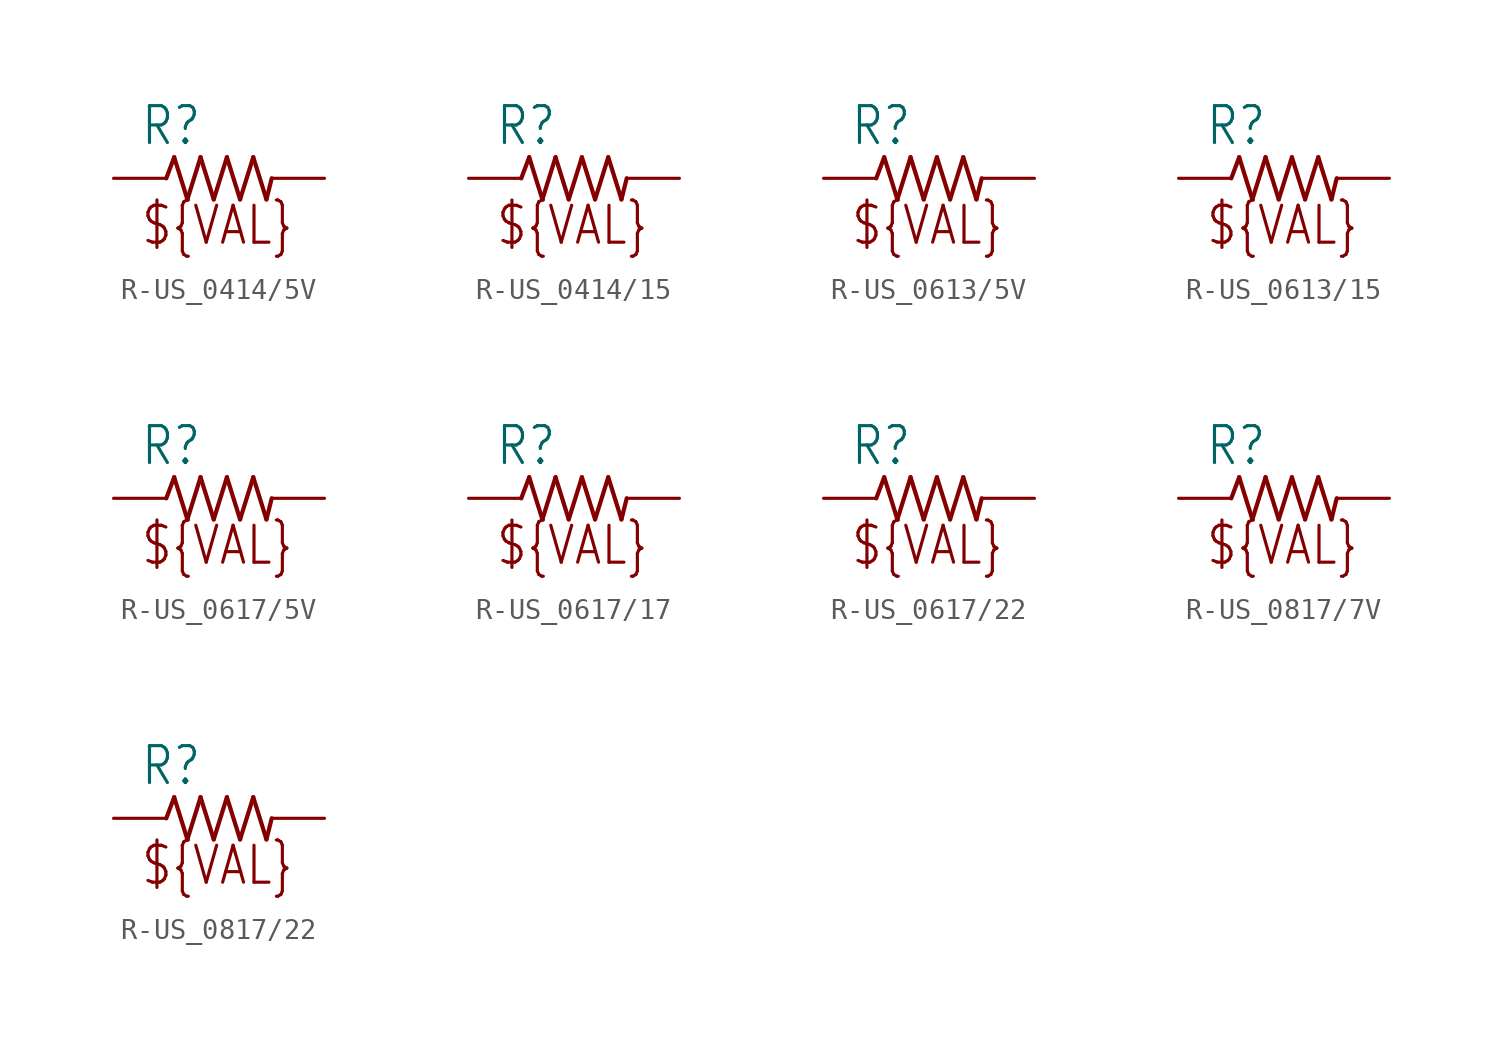
<source format=kicad_sym>
(kicad_symbol_lib
  (version 20231120)
  (generator "kicad_symbol_editor")
  (generator_version "8.0")
  (symbol "R-US_0414/5V"
    (property "Reference" "R"
      (at -3.81 1.499 0)
      (effects (font (size 1.778 1.511)) (justify left bottom)))
    (property "ki_locked" ""
      (at 0 0 0)
      (effects (font (size 1.27 1.27))))
    (symbol "R-US_0414/5V_1_0"
      (polyline (pts (xy -2.54 0) (xy -2.159 1.016)) (stroke (width 0.203) (type solid)) (fill (type none)))
      (polyline (pts (xy -2.159 1.016) (xy -1.524 -1.016)) (stroke (width 0.203) (type solid)) (fill (type none)))
      (polyline (pts (xy -1.524 -1.016) (xy -0.889 1.016)) (stroke (width 0.203) (type solid)) (fill (type none)))
      (polyline (pts (xy -0.889 1.016) (xy -0.254 -1.016)) (stroke (width 0.203) (type solid)) (fill (type none)))
      (polyline (pts (xy -0.254 -1.016) (xy 0.381 1.016)) (stroke (width 0.203) (type solid)) (fill (type none)))
      (polyline (pts (xy 0.381 1.016) (xy 1.016 -1.016)) (stroke (width 0.203) (type solid)) (fill (type none)))
      (polyline (pts (xy 1.016 -1.016) (xy 1.651 1.016)) (stroke (width 0.203) (type solid)) (fill (type none)))
      (polyline (pts (xy 1.651 1.016) (xy 2.286 -1.016)) (stroke (width 0.203) (type solid)) (fill (type none)))
      (polyline (pts (xy 2.286 -1.016) (xy 2.54 0)) (stroke (width 0.203) (type solid)) (fill (type none)))
      (text "${VAL}" (at -3.81 -3.302 0) (effects (font (size 1.778 1.511)) (justify left bottom)))
      (pin passive line (at -5.08 0 0) (length 2.54) (name "1" (effects (font (size 0 0)))) (number "1" (effects (font (size 0 0)))))
      (pin passive line (at 5.08 0 180) (length 2.54) (name "2" (effects (font (size 0 0)))) (number "2" (effects (font (size 0 0)))))))
  (symbol "R-US_0414/15"
    (property "Reference" "R"
      (at -3.81 1.499 0)
      (effects (font (size 1.778 1.511)) (justify left bottom)))
    (property "ki_locked" ""
      (at 0 0 0)
      (effects (font (size 1.27 1.27))))
    (symbol "R-US_0414/15_1_0"
      (polyline (pts (xy -2.54 0) (xy -2.159 1.016)) (stroke (width 0.203) (type solid)) (fill (type none)))
      (polyline (pts (xy -2.159 1.016) (xy -1.524 -1.016)) (stroke (width 0.203) (type solid)) (fill (type none)))
      (polyline (pts (xy -1.524 -1.016) (xy -0.889 1.016)) (stroke (width 0.203) (type solid)) (fill (type none)))
      (polyline (pts (xy -0.889 1.016) (xy -0.254 -1.016)) (stroke (width 0.203) (type solid)) (fill (type none)))
      (polyline (pts (xy -0.254 -1.016) (xy 0.381 1.016)) (stroke (width 0.203) (type solid)) (fill (type none)))
      (polyline (pts (xy 0.381 1.016) (xy 1.016 -1.016)) (stroke (width 0.203) (type solid)) (fill (type none)))
      (polyline (pts (xy 1.016 -1.016) (xy 1.651 1.016)) (stroke (width 0.203) (type solid)) (fill (type none)))
      (polyline (pts (xy 1.651 1.016) (xy 2.286 -1.016)) (stroke (width 0.203) (type solid)) (fill (type none)))
      (polyline (pts (xy 2.286 -1.016) (xy 2.54 0)) (stroke (width 0.203) (type solid)) (fill (type none)))
      (text "${VAL}" (at -3.81 -3.302 0) (effects (font (size 1.778 1.511)) (justify left bottom)))
      (pin passive line (at -5.08 0 0) (length 2.54) (name "1" (effects (font (size 0 0)))) (number "1" (effects (font (size 0 0)))))
      (pin passive line (at 5.08 0 180) (length 2.54) (name "2" (effects (font (size 0 0)))) (number "2" (effects (font (size 0 0)))))))
  (symbol "R-US_0613/5V"
    (property "Reference" "R"
      (at -3.81 1.499 0)
      (effects (font (size 1.778 1.511)) (justify left bottom)))
    (property "ki_locked" ""
      (at 0 0 0)
      (effects (font (size 1.27 1.27))))
    (symbol "R-US_0613/5V_1_0"
      (polyline (pts (xy -2.54 0) (xy -2.159 1.016)) (stroke (width 0.203) (type solid)) (fill (type none)))
      (polyline (pts (xy -2.159 1.016) (xy -1.524 -1.016)) (stroke (width 0.203) (type solid)) (fill (type none)))
      (polyline (pts (xy -1.524 -1.016) (xy -0.889 1.016)) (stroke (width 0.203) (type solid)) (fill (type none)))
      (polyline (pts (xy -0.889 1.016) (xy -0.254 -1.016)) (stroke (width 0.203) (type solid)) (fill (type none)))
      (polyline (pts (xy -0.254 -1.016) (xy 0.381 1.016)) (stroke (width 0.203) (type solid)) (fill (type none)))
      (polyline (pts (xy 0.381 1.016) (xy 1.016 -1.016)) (stroke (width 0.203) (type solid)) (fill (type none)))
      (polyline (pts (xy 1.016 -1.016) (xy 1.651 1.016)) (stroke (width 0.203) (type solid)) (fill (type none)))
      (polyline (pts (xy 1.651 1.016) (xy 2.286 -1.016)) (stroke (width 0.203) (type solid)) (fill (type none)))
      (polyline (pts (xy 2.286 -1.016) (xy 2.54 0)) (stroke (width 0.203) (type solid)) (fill (type none)))
      (text "${VAL}" (at -3.81 -3.302 0) (effects (font (size 1.778 1.511)) (justify left bottom)))
      (pin passive line (at -5.08 0 0) (length 2.54) (name "1" (effects (font (size 0 0)))) (number "1" (effects (font (size 0 0)))))
      (pin passive line (at 5.08 0 180) (length 2.54) (name "2" (effects (font (size 0 0)))) (number "2" (effects (font (size 0 0)))))))
  (symbol "R-US_0613/15"
    (property "Reference" "R"
      (at -3.81 1.499 0)
      (effects (font (size 1.778 1.511)) (justify left bottom)))
    (property "ki_locked" ""
      (at 0 0 0)
      (effects (font (size 1.27 1.27))))
    (symbol "R-US_0613/15_1_0"
      (polyline (pts (xy -2.54 0) (xy -2.159 1.016)) (stroke (width 0.203) (type solid)) (fill (type none)))
      (polyline (pts (xy -2.159 1.016) (xy -1.524 -1.016)) (stroke (width 0.203) (type solid)) (fill (type none)))
      (polyline (pts (xy -1.524 -1.016) (xy -0.889 1.016)) (stroke (width 0.203) (type solid)) (fill (type none)))
      (polyline (pts (xy -0.889 1.016) (xy -0.254 -1.016)) (stroke (width 0.203) (type solid)) (fill (type none)))
      (polyline (pts (xy -0.254 -1.016) (xy 0.381 1.016)) (stroke (width 0.203) (type solid)) (fill (type none)))
      (polyline (pts (xy 0.381 1.016) (xy 1.016 -1.016)) (stroke (width 0.203) (type solid)) (fill (type none)))
      (polyline (pts (xy 1.016 -1.016) (xy 1.651 1.016)) (stroke (width 0.203) (type solid)) (fill (type none)))
      (polyline (pts (xy 1.651 1.016) (xy 2.286 -1.016)) (stroke (width 0.203) (type solid)) (fill (type none)))
      (polyline (pts (xy 2.286 -1.016) (xy 2.54 0)) (stroke (width 0.203) (type solid)) (fill (type none)))
      (text "${VAL}" (at -3.81 -3.302 0) (effects (font (size 1.778 1.511)) (justify left bottom)))
      (pin passive line (at -5.08 0 0) (length 2.54) (name "1" (effects (font (size 0 0)))) (number "1" (effects (font (size 0 0)))))
      (pin passive line (at 5.08 0 180) (length 2.54) (name "2" (effects (font (size 0 0)))) (number "2" (effects (font (size 0 0)))))))
  (symbol "R-US_0617/5V"
    (property "Reference" "R"
      (at -3.81 1.499 0)
      (effects (font (size 1.778 1.511)) (justify left bottom)))
    (property "ki_locked" ""
      (at 0 0 0)
      (effects (font (size 1.27 1.27))))
    (symbol "R-US_0617/5V_1_0"
      (polyline (pts (xy -2.54 0) (xy -2.159 1.016)) (stroke (width 0.203) (type solid)) (fill (type none)))
      (polyline (pts (xy -2.159 1.016) (xy -1.524 -1.016)) (stroke (width 0.203) (type solid)) (fill (type none)))
      (polyline (pts (xy -1.524 -1.016) (xy -0.889 1.016)) (stroke (width 0.203) (type solid)) (fill (type none)))
      (polyline (pts (xy -0.889 1.016) (xy -0.254 -1.016)) (stroke (width 0.203) (type solid)) (fill (type none)))
      (polyline (pts (xy -0.254 -1.016) (xy 0.381 1.016)) (stroke (width 0.203) (type solid)) (fill (type none)))
      (polyline (pts (xy 0.381 1.016) (xy 1.016 -1.016)) (stroke (width 0.203) (type solid)) (fill (type none)))
      (polyline (pts (xy 1.016 -1.016) (xy 1.651 1.016)) (stroke (width 0.203) (type solid)) (fill (type none)))
      (polyline (pts (xy 1.651 1.016) (xy 2.286 -1.016)) (stroke (width 0.203) (type solid)) (fill (type none)))
      (polyline (pts (xy 2.286 -1.016) (xy 2.54 0)) (stroke (width 0.203) (type solid)) (fill (type none)))
      (text "${VAL}" (at -3.81 -3.302 0) (effects (font (size 1.778 1.511)) (justify left bottom)))
      (pin passive line (at -5.08 0 0) (length 2.54) (name "1" (effects (font (size 0 0)))) (number "1" (effects (font (size 0 0)))))
      (pin passive line (at 5.08 0 180) (length 2.54) (name "2" (effects (font (size 0 0)))) (number "2" (effects (font (size 0 0)))))))
  (symbol "R-US_0617/17"
    (property "Reference" "R"
      (at -3.81 1.499 0)
      (effects (font (size 1.778 1.511)) (justify left bottom)))
    (property "ki_locked" ""
      (at 0 0 0)
      (effects (font (size 1.27 1.27))))
    (symbol "R-US_0617/17_1_0"
      (polyline (pts (xy -2.54 0) (xy -2.159 1.016)) (stroke (width 0.203) (type solid)) (fill (type none)))
      (polyline (pts (xy -2.159 1.016) (xy -1.524 -1.016)) (stroke (width 0.203) (type solid)) (fill (type none)))
      (polyline (pts (xy -1.524 -1.016) (xy -0.889 1.016)) (stroke (width 0.203) (type solid)) (fill (type none)))
      (polyline (pts (xy -0.889 1.016) (xy -0.254 -1.016)) (stroke (width 0.203) (type solid)) (fill (type none)))
      (polyline (pts (xy -0.254 -1.016) (xy 0.381 1.016)) (stroke (width 0.203) (type solid)) (fill (type none)))
      (polyline (pts (xy 0.381 1.016) (xy 1.016 -1.016)) (stroke (width 0.203) (type solid)) (fill (type none)))
      (polyline (pts (xy 1.016 -1.016) (xy 1.651 1.016)) (stroke (width 0.203) (type solid)) (fill (type none)))
      (polyline (pts (xy 1.651 1.016) (xy 2.286 -1.016)) (stroke (width 0.203) (type solid)) (fill (type none)))
      (polyline (pts (xy 2.286 -1.016) (xy 2.54 0)) (stroke (width 0.203) (type solid)) (fill (type none)))
      (text "${VAL}" (at -3.81 -3.302 0) (effects (font (size 1.778 1.511)) (justify left bottom)))
      (pin passive line (at -5.08 0 0) (length 2.54) (name "1" (effects (font (size 0 0)))) (number "1" (effects (font (size 0 0)))))
      (pin passive line (at 5.08 0 180) (length 2.54) (name "2" (effects (font (size 0 0)))) (number "2" (effects (font (size 0 0)))))))
  (symbol "R-US_0617/22"
    (property "Reference" "R"
      (at -3.81 1.499 0)
      (effects (font (size 1.778 1.511)) (justify left bottom)))
    (property "ki_locked" ""
      (at 0 0 0)
      (effects (font (size 1.27 1.27))))
    (symbol "R-US_0617/22_1_0"
      (polyline (pts (xy -2.54 0) (xy -2.159 1.016)) (stroke (width 0.203) (type solid)) (fill (type none)))
      (polyline (pts (xy -2.159 1.016) (xy -1.524 -1.016)) (stroke (width 0.203) (type solid)) (fill (type none)))
      (polyline (pts (xy -1.524 -1.016) (xy -0.889 1.016)) (stroke (width 0.203) (type solid)) (fill (type none)))
      (polyline (pts (xy -0.889 1.016) (xy -0.254 -1.016)) (stroke (width 0.203) (type solid)) (fill (type none)))
      (polyline (pts (xy -0.254 -1.016) (xy 0.381 1.016)) (stroke (width 0.203) (type solid)) (fill (type none)))
      (polyline (pts (xy 0.381 1.016) (xy 1.016 -1.016)) (stroke (width 0.203) (type solid)) (fill (type none)))
      (polyline (pts (xy 1.016 -1.016) (xy 1.651 1.016)) (stroke (width 0.203) (type solid)) (fill (type none)))
      (polyline (pts (xy 1.651 1.016) (xy 2.286 -1.016)) (stroke (width 0.203) (type solid)) (fill (type none)))
      (polyline (pts (xy 2.286 -1.016) (xy 2.54 0)) (stroke (width 0.203) (type solid)) (fill (type none)))
      (text "${VAL}" (at -3.81 -3.302 0) (effects (font (size 1.778 1.511)) (justify left bottom)))
      (pin passive line (at -5.08 0 0) (length 2.54) (name "1" (effects (font (size 0 0)))) (number "1" (effects (font (size 0 0)))))
      (pin passive line (at 5.08 0 180) (length 2.54) (name "2" (effects (font (size 0 0)))) (number "2" (effects (font (size 0 0)))))))
  (symbol "R-US_0817/7V"
    (property "Reference" "R"
      (at -3.81 1.499 0)
      (effects (font (size 1.778 1.511)) (justify left bottom)))
    (property "ki_locked" ""
      (at 0 0 0)
      (effects (font (size 1.27 1.27))))
    (symbol "R-US_0817/7V_1_0"
      (polyline (pts (xy -2.54 0) (xy -2.159 1.016)) (stroke (width 0.203) (type solid)) (fill (type none)))
      (polyline (pts (xy -2.159 1.016) (xy -1.524 -1.016)) (stroke (width 0.203) (type solid)) (fill (type none)))
      (polyline (pts (xy -1.524 -1.016) (xy -0.889 1.016)) (stroke (width 0.203) (type solid)) (fill (type none)))
      (polyline (pts (xy -0.889 1.016) (xy -0.254 -1.016)) (stroke (width 0.203) (type solid)) (fill (type none)))
      (polyline (pts (xy -0.254 -1.016) (xy 0.381 1.016)) (stroke (width 0.203) (type solid)) (fill (type none)))
      (polyline (pts (xy 0.381 1.016) (xy 1.016 -1.016)) (stroke (width 0.203) (type solid)) (fill (type none)))
      (polyline (pts (xy 1.016 -1.016) (xy 1.651 1.016)) (stroke (width 0.203) (type solid)) (fill (type none)))
      (polyline (pts (xy 1.651 1.016) (xy 2.286 -1.016)) (stroke (width 0.203) (type solid)) (fill (type none)))
      (polyline (pts (xy 2.286 -1.016) (xy 2.54 0)) (stroke (width 0.203) (type solid)) (fill (type none)))
      (text "${VAL}" (at -3.81 -3.302 0) (effects (font (size 1.778 1.511)) (justify left bottom)))
      (pin passive line (at -5.08 0 0) (length 2.54) (name "1" (effects (font (size 0 0)))) (number "1" (effects (font (size 0 0)))))
      (pin passive line (at 5.08 0 180) (length 2.54) (name "2" (effects (font (size 0 0)))) (number "2" (effects (font (size 0 0)))))))
  (symbol "R-US_0817/22"
    (property "Reference" "R"
      (at -3.81 1.499 0)
      (effects (font (size 1.778 1.511)) (justify left bottom)))
    (property "ki_locked" ""
      (at 0 0 0)
      (effects (font (size 1.27 1.27))))
    (symbol "R-US_0817/22_1_0"
      (polyline (pts (xy -2.54 0) (xy -2.159 1.016)) (stroke (width 0.203) (type solid)) (fill (type none)))
      (polyline (pts (xy -2.159 1.016) (xy -1.524 -1.016)) (stroke (width 0.203) (type solid)) (fill (type none)))
      (polyline (pts (xy -1.524 -1.016) (xy -0.889 1.016)) (stroke (width 0.203) (type solid)) (fill (type none)))
      (polyline (pts (xy -0.889 1.016) (xy -0.254 -1.016)) (stroke (width 0.203) (type solid)) (fill (type none)))
      (polyline (pts (xy -0.254 -1.016) (xy 0.381 1.016)) (stroke (width 0.203) (type solid)) (fill (type none)))
      (polyline (pts (xy 0.381 1.016) (xy 1.016 -1.016)) (stroke (width 0.203) (type solid)) (fill (type none)))
      (polyline (pts (xy 1.016 -1.016) (xy 1.651 1.016)) (stroke (width 0.203) (type solid)) (fill (type none)))
      (polyline (pts (xy 1.651 1.016) (xy 2.286 -1.016)) (stroke (width 0.203) (type solid)) (fill (type none)))
      (polyline (pts (xy 2.286 -1.016) (xy 2.54 0)) (stroke (width 0.203) (type solid)) (fill (type none)))
      (text "${VAL}" (at -3.81 -3.302 0) (effects (font (size 1.778 1.511)) (justify left bottom)))
      (pin passive line (at -5.08 0 0) (length 2.54) (name "1" (effects (font (size 0 0)))) (number "1" (effects (font (size 0 0)))))
      (pin passive line (at 5.08 0 180) (length 2.54) (name "2" (effects (font (size 0 0)))) (number "2" (effects (font (size 0 0))))))))
</source>
